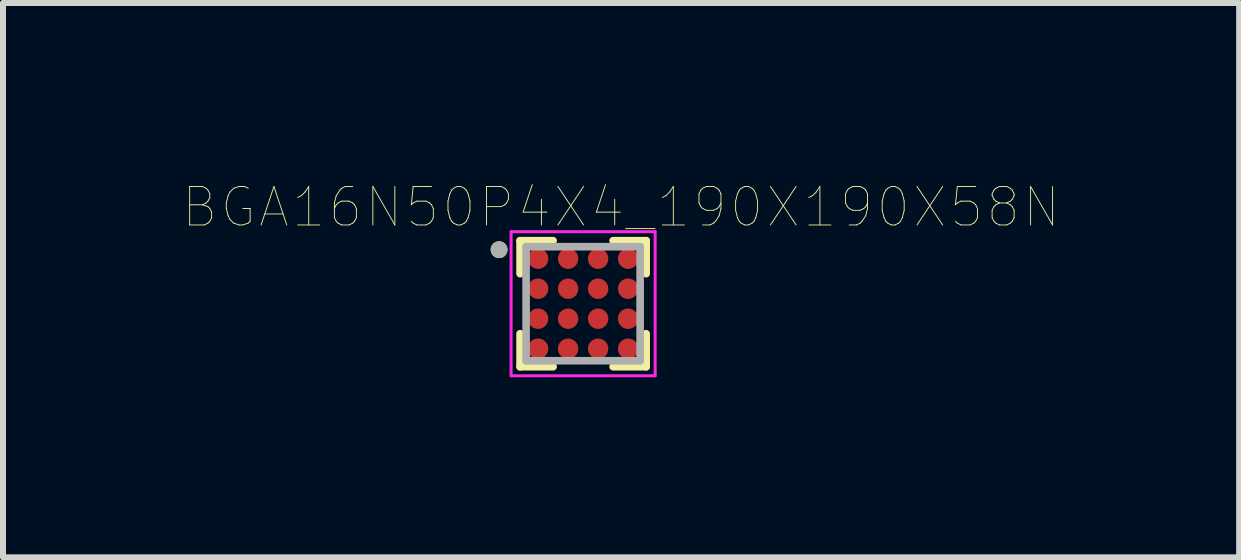
<source format=kicad_pcb>
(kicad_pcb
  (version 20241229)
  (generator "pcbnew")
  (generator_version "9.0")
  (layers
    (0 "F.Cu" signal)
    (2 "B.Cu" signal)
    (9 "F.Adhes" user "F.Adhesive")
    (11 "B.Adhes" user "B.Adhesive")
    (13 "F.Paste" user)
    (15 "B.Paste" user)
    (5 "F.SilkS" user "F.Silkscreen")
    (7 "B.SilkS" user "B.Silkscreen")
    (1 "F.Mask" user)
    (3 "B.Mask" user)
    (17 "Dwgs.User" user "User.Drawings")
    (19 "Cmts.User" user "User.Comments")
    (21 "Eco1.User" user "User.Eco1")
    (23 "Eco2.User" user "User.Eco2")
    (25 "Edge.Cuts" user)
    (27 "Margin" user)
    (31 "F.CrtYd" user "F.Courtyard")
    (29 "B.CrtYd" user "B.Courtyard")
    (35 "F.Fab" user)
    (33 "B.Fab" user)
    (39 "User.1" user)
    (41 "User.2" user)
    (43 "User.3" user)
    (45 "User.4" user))
  (footprint "BGA16N50P4X4_190X190X58N"
    (layer "F.Cu")
    (at 6.665 2.01)
    (property "Reference" "BGA16N50P4X4_190X190X58N" (at 0.633 -1.608 0) (layer "F.SilkS") (effects (font (size 0.641 0.641) (thickness 0.015))))
    (attr through_hole)
    (fp_line (start -1.05 -1.05) (end -1.05 -0.5) (stroke (width 0.127) (type solid)) (layer "F.SilkS"))
    (fp_line (start -1.05 1.05) (end -1.05 0.5) (stroke (width 0.127) (type solid)) (layer "F.SilkS"))
    (fp_line (start -0.5 -1.05) (end -1.05 -1.05) (stroke (width 0.127) (type solid)) (layer "F.SilkS"))
    (fp_line (start -0.5 1.05) (end -1.05 1.05) (stroke (width 0.127) (type solid)) (layer "F.SilkS"))
    (fp_line (start 0.5 -1.05) (end 1.05 -1.05) (stroke (width 0.127) (type solid)) (layer "F.SilkS"))
    (fp_line (start 0.5 1.05) (end 1.05 1.05) (stroke (width 0.127) (type solid)) (layer "F.SilkS"))
    (fp_line (start 1.05 -1.05) (end 1.05 -0.5) (stroke (width 0.127) (type solid)) (layer "F.SilkS"))
    (fp_line (start 1.05 1.05) (end 1.05 0.5) (stroke (width 0.127) (type solid)) (layer "F.SilkS"))
    (fp_circle (center -1.4 -0.9) (end -1.33 -0.9) (stroke (width 0.14) (type solid)) (fill no) (layer "F.SilkS"))
    (fp_line (start -1.2 -1.2) (end 1.2 -1.2) (stroke (width 0.05) (type solid)) (layer "F.CrtYd"))
    (fp_line (start -1.2 1.2) (end -1.2 -1.2) (stroke (width 0.05) (type solid)) (layer "F.CrtYd"))
    (fp_line (start 1.2 -1.2) (end 1.2 1.2) (stroke (width 0.05) (type solid)) (layer "F.CrtYd"))
    (fp_line (start 1.2 1.2) (end -1.2 1.2) (stroke (width 0.05) (type solid)) (layer "F.CrtYd"))
    (fp_line (start -0.95 -0.95) (end 0.95 -0.95) (stroke (width 0.127) (type solid)) (layer "F.Fab"))
    (fp_line (start -0.95 0.95) (end -0.95 -0.95) (stroke (width 0.127) (type solid)) (layer "F.Fab"))
    (fp_line (start 0.95 -0.95) (end 0.95 0.95) (stroke (width 0.127) (type solid)) (layer "F.Fab"))
    (fp_line (start 0.95 0.95) (end -0.95 0.95) (stroke (width 0.127) (type solid)) (layer "F.Fab"))
    (fp_circle (center -1.4 -0.9) (end -1.33 -0.9) (stroke (width 0.14) (type solid)) (fill no) (layer "F.Fab"))
    (pad "A1" smd circle (at -0.75 -0.75) (size 0.34 0.34) (layers "F.Cu" "F.Mask" "F.Paste"))
    (pad "A2" smd circle (at -0.25 -0.75) (size 0.34 0.34) (layers "F.Cu" "F.Mask" "F.Paste"))
    (pad "A3" smd circle (at 0.25 -0.75) (size 0.34 0.34) (layers "F.Cu" "F.Mask" "F.Paste"))
    (pad "A4" smd circle (at 0.75 -0.75) (size 0.34 0.34) (layers "F.Cu" "F.Mask" "F.Paste"))
    (pad "B1" smd circle (at -0.75 -0.25) (size 0.34 0.34) (layers "F.Cu" "F.Mask" "F.Paste"))
    (pad "B2" smd circle (at -0.25 -0.25) (size 0.34 0.34) (layers "F.Cu" "F.Mask" "F.Paste"))
    (pad "B3" smd circle (at 0.25 -0.25) (size 0.34 0.34) (layers "F.Cu" "F.Mask" "F.Paste"))
    (pad "B4" smd circle (at 0.75 -0.25) (size 0.34 0.34) (layers "F.Cu" "F.Mask" "F.Paste"))
    (pad "C1" smd circle (at -0.75 0.25) (size 0.34 0.34) (layers "F.Cu" "F.Mask" "F.Paste"))
    (pad "C2" smd circle (at -0.25 0.25) (size 0.34 0.34) (layers "F.Cu" "F.Mask" "F.Paste"))
    (pad "C3" smd circle (at 0.25 0.25) (size 0.34 0.34) (layers "F.Cu" "F.Mask" "F.Paste"))
    (pad "C4" smd circle (at 0.75 0.25) (size 0.34 0.34) (layers "F.Cu" "F.Mask" "F.Paste"))
    (pad "D1" smd circle (at -0.75 0.75) (size 0.34 0.34) (layers "F.Cu" "F.Mask" "F.Paste"))
    (pad "D2" smd circle (at -0.25 0.75) (size 0.34 0.34) (layers "F.Cu" "F.Mask" "F.Paste"))
    (pad "D3" smd circle (at 0.25 0.75) (size 0.34 0.34) (layers "F.Cu" "F.Mask" "F.Paste"))
    (pad "D4" smd circle (at 0.75 0.75) (size 0.34 0.34) (layers "F.Cu" "F.Mask" "F.Paste")))
  (gr_rect
    (start -3 -3)
    (end 17.595 6.235)
    (stroke (width 0.1) (type default))
    (fill no)
    (layer "Edge.Cuts")))
</source>
